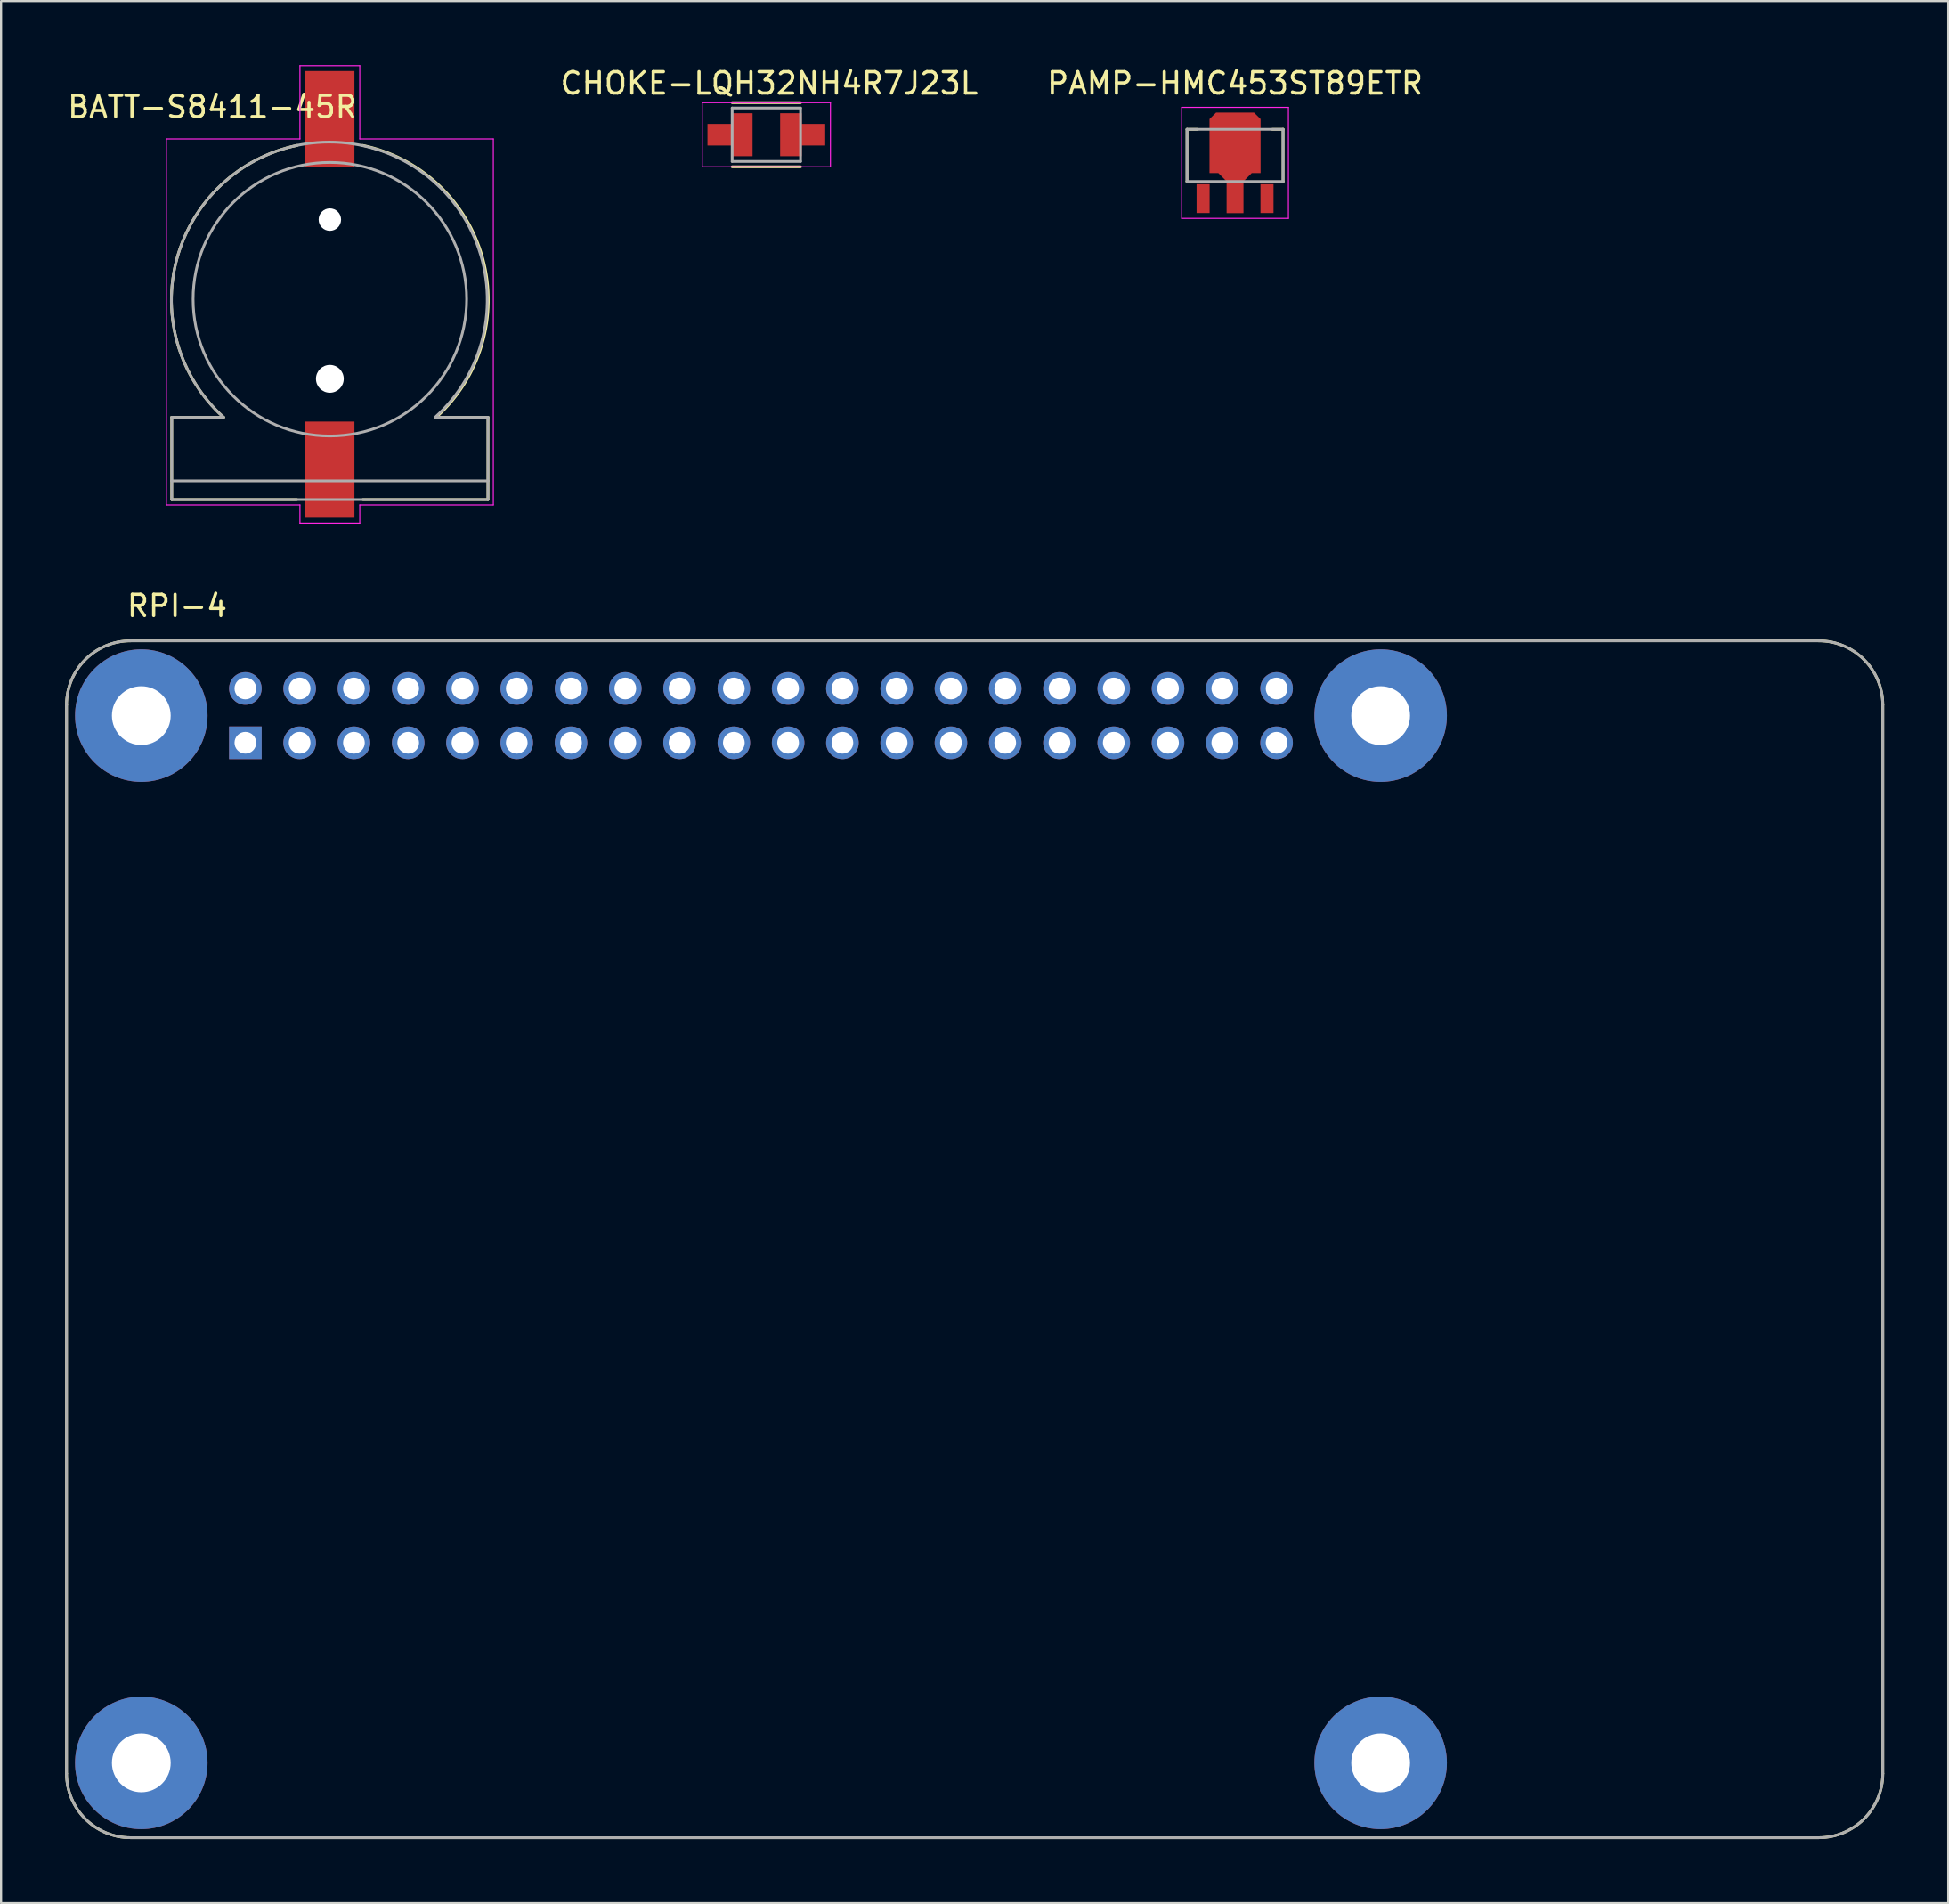
<source format=kicad_pcb>
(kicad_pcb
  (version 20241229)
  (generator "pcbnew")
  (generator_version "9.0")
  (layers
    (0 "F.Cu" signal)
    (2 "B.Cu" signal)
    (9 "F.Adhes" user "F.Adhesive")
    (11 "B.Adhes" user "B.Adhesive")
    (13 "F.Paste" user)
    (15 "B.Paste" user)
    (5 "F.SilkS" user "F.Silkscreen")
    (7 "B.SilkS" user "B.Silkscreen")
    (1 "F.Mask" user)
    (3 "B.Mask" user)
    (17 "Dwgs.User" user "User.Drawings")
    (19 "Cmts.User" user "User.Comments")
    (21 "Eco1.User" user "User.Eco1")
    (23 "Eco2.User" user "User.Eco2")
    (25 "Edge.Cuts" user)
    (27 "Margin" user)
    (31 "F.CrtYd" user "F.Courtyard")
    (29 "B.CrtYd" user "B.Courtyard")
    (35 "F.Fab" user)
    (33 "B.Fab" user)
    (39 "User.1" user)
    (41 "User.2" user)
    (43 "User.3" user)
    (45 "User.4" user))
  (footprint "PAMP-HMC453ST89ETR"
    (layer "F.Cu")
    (at 54.746 4.348)
    (property "Reference" "PAMP-HMC453ST89ETR" (at 0 -3.5 0) (layer "F.SilkS") (effects (font (size 1 1) (thickness 0.15))))
    (attr smd)
    (fp_poly (pts (xy -1.288 -1.866) (xy -1.288 0.794) (xy -0.819 0.794) (xy -0.487 1.127) (xy -0.487 2.669) (xy 0.492 2.669) (xy 0.492 1.127) (xy 0.824 0.794) (xy 1.292 0.794) (xy 1.292 -1.866) (xy 0.93 -2.226) (xy -0.925 -2.226)) (stroke (width 0.01) (type solid)) (fill yes) (layer "F.Mask"))
    (fp_line (start -2.245 -1.346) (end -2.245 1.094) (stroke (width 0.127) (type solid)) (layer "F.SilkS"))
    (fp_line (start -2.245 -1.346) (end -1.75 -1.346) (stroke (width 0.127) (type solid)) (layer "F.SilkS"))
    (fp_line (start -2.245 1.094) (end -2.245 1.094) (stroke (width 0.127) (type solid)) (layer "F.SilkS"))
    (fp_line (start 2.25 -1.346) (end 1.75 -1.346) (stroke (width 0.127) (type solid)) (layer "F.SilkS"))
    (fp_line (start 2.25 1.094) (end 2.25 -1.346) (stroke (width 0.127) (type solid)) (layer "F.SilkS"))
    (fp_line (start 2.25 1.094) (end 2.25 1.094) (stroke (width 0.127) (type solid)) (layer "F.SilkS"))
    (fp_poly (pts (xy -0.933 0) (xy -0.933 -1.432) (xy 0.939 -1.432) (xy 0.939 0)) (stroke (width 0.01) (type solid)) (fill yes) (layer "F.Paste"))
    (fp_line (start -2.495 -2.376) (end -2.495 2.819) (stroke (width 0.05) (type solid)) (layer "F.CrtYd"))
    (fp_line (start -2.495 2.819) (end 2.5 2.819) (stroke (width 0.05) (type solid)) (layer "F.CrtYd"))
    (fp_line (start 2.5 -2.376) (end -2.495 -2.376) (stroke (width 0.05) (type solid)) (layer "F.CrtYd"))
    (fp_line (start 2.5 2.819) (end 2.5 -2.376) (stroke (width 0.05) (type solid)) (layer "F.CrtYd"))
    (fp_line (start -2.245 -1.346) (end -2.245 1.094) (stroke (width 0.127) (type solid)) (layer "F.Fab"))
    (fp_line (start -2.245 -1.346) (end 2.25 -1.346) (stroke (width 0.127) (type solid)) (layer "F.Fab"))
    (fp_line (start -2.245 1.094) (end 2.25 1.094) (stroke (width 0.127) (type solid)) (layer "F.Fab"))
    (fp_line (start 2.25 1.094) (end 2.25 -1.346) (stroke (width 0.127) (type solid)) (layer "F.Fab"))
    (pad "1" smd rect (at -1.492 1.894 90) (size 1.35 0.61) (layers "F.Cu" "F.Mask" "F.Paste"))
    (pad "2" smd custom (at 0.003 1.894 90) (size 1.35 0.78) (layers "F.Cu" "F.Paste") (options (anchor rect)) (primitives (gr_poly (pts (xy 3.719 -1.19) (xy 1.2 -1.19) (xy 1.2 -0.78) (xy 0.808 -0.39) (xy -0.675 -0.39) (xy -0.675 0.39) (xy 0.808 0.39) (xy 1.2 0.78) (xy 1.2 1.19) (xy 3.719 1.19) (xy 4.02 0.886) (xy 4.02 -0.886)) (width 0.01) (fill yes))))
    (pad "3" smd rect (at 1.498 1.894 90) (size 1.35 0.61) (layers "F.Cu" "F.Mask" "F.Paste")))
  (footprint "BATT-S8411-45R"
    (layer "F.Cu")
    (at 12.387 10.95)
    (property "Reference" "BATT-S8411-45R" (at -5.5 -9 0) (layer "F.SilkS") (effects (font (size 1 1) (thickness 0.15))))
    (attr smd)
    (fp_line (start -7.4 5.525) (end -4.975 5.525) (stroke (width 0.127) (type solid)) (layer "F.SilkS"))
    (fp_line (start -7.4 9.375) (end -7.4 5.525) (stroke (width 0.127) (type solid)) (layer "F.SilkS"))
    (fp_line (start -7.4 9.375) (end -1.55 9.375) (stroke (width 0.127) (type solid)) (layer "F.SilkS"))
    (fp_line (start 4.925 5.525) (end 7.4 5.525) (stroke (width 0.127) (type solid)) (layer "F.SilkS"))
    (fp_line (start 7.4 5.525) (end 7.4 9.375) (stroke (width 0.127) (type solid)) (layer "F.SilkS"))
    (fp_line (start 7.4 9.375) (end 1.55 9.375) (stroke (width 0.127) (type solid)) (layer "F.SilkS"))
    (fp_arc (start -4.975 5.525) (mid -7.158498 -1.897172) (end -1.524999 -7.200001) (stroke (width 0.127) (type solid)) (layer "F.SilkS"))
    (fp_arc (start 1.524999 -7.200001) (mid 7.158498 -1.897172) (end 4.975 5.525) (stroke (width 0.127) (type solid)) (layer "F.SilkS"))
    (fp_line (start -7.65 -7.5) (end -1.4 -7.5) (stroke (width 0.05) (type solid)) (layer "F.CrtYd"))
    (fp_line (start -7.65 9.625) (end -7.65 -7.5) (stroke (width 0.05) (type solid)) (layer "F.CrtYd"))
    (fp_line (start -1.4 -10.925) (end 1.4 -10.925) (stroke (width 0.05) (type solid)) (layer "F.CrtYd"))
    (fp_line (start -1.4 -7.5) (end -1.4 -10.925) (stroke (width 0.05) (type solid)) (layer "F.CrtYd"))
    (fp_line (start -1.4 9.625) (end -7.65 9.625) (stroke (width 0.05) (type solid)) (layer "F.CrtYd"))
    (fp_line (start -1.4 10.475) (end -1.4 9.625) (stroke (width 0.05) (type solid)) (layer "F.CrtYd"))
    (fp_line (start 1.4 -10.925) (end 1.4 -7.5) (stroke (width 0.05) (type solid)) (layer "F.CrtYd"))
    (fp_line (start 1.4 -7.5) (end 7.65 -7.5) (stroke (width 0.05) (type solid)) (layer "F.CrtYd"))
    (fp_line (start 1.4 9.625) (end 1.4 10.475) (stroke (width 0.05) (type solid)) (layer "F.CrtYd"))
    (fp_line (start 1.4 10.475) (end -1.4 10.475) (stroke (width 0.05) (type solid)) (layer "F.CrtYd"))
    (fp_line (start 7.65 -7.5) (end 7.65 9.625) (stroke (width 0.05) (type solid)) (layer "F.CrtYd"))
    (fp_line (start 7.65 9.625) (end 1.4 9.625) (stroke (width 0.05) (type solid)) (layer "F.CrtYd"))
    (fp_line (start -7.4 5.525) (end -4.975 5.525) (stroke (width 0.127) (type solid)) (layer "F.Fab"))
    (fp_line (start -7.4 8.5) (end -7.4 5.525) (stroke (width 0.127) (type solid)) (layer "F.Fab"))
    (fp_line (start -7.4 9.375) (end -7.4 8.5) (stroke (width 0.127) (type solid)) (layer "F.Fab"))
    (fp_line (start 4.925 5.525) (end 7.4 5.525) (stroke (width 0.127) (type solid)) (layer "F.Fab"))
    (fp_line (start 7.4 5.525) (end 7.4 8.5) (stroke (width 0.127) (type solid)) (layer "F.Fab"))
    (fp_line (start 7.4 8.5) (end -7.4 8.5) (stroke (width 0.127) (type solid)) (layer "F.Fab"))
    (fp_line (start 7.4 8.5) (end 7.4 9.375) (stroke (width 0.127) (type solid)) (layer "F.Fab"))
    (fp_line (start 7.4 9.375) (end -7.4 9.375) (stroke (width 0.127) (type solid)) (layer "F.Fab"))
    (fp_arc (start -4.975 5.525) (mid -0.025 -7.352721) (end 4.925 5.525) (stroke (width 0.127) (type solid)) (layer "F.Fab"))
    (fp_circle (center 0 0) (end 6.4 0) (stroke (width 0.127) (type solid)) (fill no) (layer "F.Fab"))
    (pad "" np_thru_hole circle (at 0 -3.725) (size 1.05 1.05) (drill 1.05) (layers "*.Cu" "*.Mask"))
    (pad "" np_thru_hole circle (at 0 3.725) (size 1.3 1.3) (drill 1.3) (layers "*.Cu" "*.Mask"))
    (pad "N" smd rect (at 0 -8.425 90) (size 4.5 2.3) (layers "F.Cu" "F.Mask" "F.Paste"))
    (pad "P" smd rect (at 0 7.975 90) (size 4.5 2.3) (layers "F.Cu" "F.Mask" "F.Paste")))
  (footprint "CHOKE-LQH32NH4R7J23L"
    (layer "F.Cu")
    (at 32.814 3.253)
    (property "Reference" "CHOKE-LQH32NH4R7J23L" (at 0.135 -2.405 0) (layer "F.SilkS") (effects (font (size 1 1) (thickness 0.15))))
    (attr through_hole)
    (fp_poly (pts (xy -2.85 -0.6) (xy -1.75 -0.6) (xy -1.75 -1.1) (xy -0.55 -1.1) (xy -0.55 1.1) (xy -1.75 1.1) (xy -1.75 0.6) (xy -2.85 0.6)) (stroke (width 0.01) (type solid)) (fill yes) (layer "F.Mask"))
    (fp_poly (pts (xy 0.55 -1.1) (xy 1.75 -1.1) (xy 1.75 -0.6) (xy 2.85 -0.6) (xy 2.85 0.6) (xy 1.75 0.6) (xy 1.75 1.1) (xy 0.55 1.1)) (stroke (width 0.01) (type solid)) (fill yes) (layer "F.Mask"))
    (fp_line (start -1.6 -1.5) (end 1.6 -1.5) (stroke (width 0.127) (type solid)) (layer "F.SilkS"))
    (fp_line (start 1.6 1.5) (end -1.6 1.5) (stroke (width 0.127) (type solid)) (layer "F.SilkS"))
    (fp_poly (pts (xy -1.65 -1) (xy -0.65 -1) (xy -0.65 1) (xy -1.65 1) (xy -1.65 0.5) (xy -2.75 0.5) (xy -2.75 -0.5) (xy -1.65 -0.5)) (stroke (width 0.01) (type solid)) (fill yes) (layer "F.Paste"))
    (fp_poly (pts (xy 1.65 1) (xy 0.65 1) (xy 0.65 -1) (xy 1.65 -1) (xy 1.65 -0.5) (xy 2.75 -0.5) (xy 2.75 0.5) (xy 1.65 0.5)) (stroke (width 0.01) (type solid)) (fill yes) (layer "F.Paste"))
    (fp_line (start -3 -1.5) (end 3 -1.5) (stroke (width 0.05) (type solid)) (layer "F.CrtYd"))
    (fp_line (start -3 1.5) (end -3 -1.5) (stroke (width 0.05) (type solid)) (layer "F.CrtYd"))
    (fp_line (start 3 -1.5) (end 3 1.5) (stroke (width 0.05) (type solid)) (layer "F.CrtYd"))
    (fp_line (start 3 1.5) (end -3 1.5) (stroke (width 0.05) (type solid)) (layer "F.CrtYd"))
    (fp_line (start -1.6 -1.25) (end 1.6 -1.25) (stroke (width 0.127) (type solid)) (layer "F.Fab"))
    (fp_line (start -1.6 1.25) (end -1.6 -1.25) (stroke (width 0.127) (type solid)) (layer "F.Fab"))
    (fp_line (start 1.6 -1.25) (end 1.6 1.25) (stroke (width 0.127) (type solid)) (layer "F.Fab"))
    (fp_line (start 1.6 1.25) (end -1.6 1.25) (stroke (width 0.127) (type solid)) (layer "F.Fab"))
    (pad "1" smd custom (at -1.15 0) (size 1 2) (layers "F.Cu") (options (anchor rect)) (primitives (gr_poly (pts (xy -0.5 -1) (xy 0.5 -1) (xy 0.5 1) (xy -0.5 1) (xy -0.5 0.5) (xy -1.6 0.5) (xy -1.6 -0.5) (xy -0.5 -0.5)) (width 0.01) (fill yes))))
    (pad "2" smd custom (at 1.15 0) (size 1 2) (layers "F.Cu") (options (anchor rect)) (primitives (gr_poly (pts (xy 0.5 1) (xy -0.5 1) (xy -0.5 -1) (xy 0.5 -1) (xy 0.5 -0.5) (xy 1.6 -0.5) (xy 1.6 0.5) (xy 0.5 0.5)) (width 0.01) (fill yes)))))
  (footprint "RPI-4"
    (layer "F.Cu")
    (at 42.563 54.933)
    (property "Reference" "RPI-4" (at -37.325 -29.635 0) (layer "F.SilkS") (effects (font (size 1 1) (thickness 0.15))))
    (attr through_hole)
    (fp_line (start -42.5 -25) (end -42.5 25) (stroke (width 0.127) (type solid)) (layer "F.SilkS"))
    (fp_line (start -39.5 28) (end 39.5 28) (stroke (width 0.127) (type solid)) (layer "F.SilkS"))
    (fp_line (start 39.5 -28) (end -39.5 -28) (stroke (width 0.127) (type solid)) (layer "F.SilkS"))
    (fp_line (start 42.5 25) (end 42.5 -25) (stroke (width 0.127) (type solid)) (layer "F.SilkS"))
    (fp_arc (start -42.5 -25) (mid -41.62132 -27.12132) (end -39.5 -28) (stroke (width 0.127) (type solid)) (layer "F.SilkS"))
    (fp_arc (start -39.5 28) (mid -41.62132 27.12132) (end -42.5 25) (stroke (width 0.127) (type solid)) (layer "F.SilkS"))
    (fp_arc (start 39.5 -28) (mid 41.62132 -27.12132) (end 42.5 -25) (stroke (width 0.127) (type solid)) (layer "F.SilkS"))
    (fp_arc (start 42.5 25) (mid 41.62132 27.12132) (end 39.5 28) (stroke (width 0.127) (type solid)) (layer "F.SilkS"))
    (fp_line (start -42.5 -25) (end -42.5 25) (stroke (width 0.127) (type solid)) (layer "F.Fab"))
    (fp_line (start -39.5 28) (end 39.5 28) (stroke (width 0.127) (type solid)) (layer "F.Fab"))
    (fp_line (start 39.5 -28) (end -39.5 -28) (stroke (width 0.127) (type solid)) (layer "F.Fab"))
    (fp_line (start 42.5 25) (end 42.5 -25) (stroke (width 0.127) (type solid)) (layer "F.Fab"))
    (fp_arc (start -42.5 -25) (mid -41.62132 -27.12132) (end -39.5 -28) (stroke (width 0.127) (type solid)) (layer "F.Fab"))
    (fp_arc (start -39.5 28) (mid -41.62132 27.12132) (end -42.5 25) (stroke (width 0.127) (type solid)) (layer "F.Fab"))
    (fp_arc (start 39.5 -28) (mid 41.62132 -27.12132) (end 42.5 -25) (stroke (width 0.127) (type solid)) (layer "F.Fab"))
    (fp_arc (start 42.5 25) (mid 41.62132 27.12132) (end 39.5 28) (stroke (width 0.127) (type solid)) (layer "F.Fab"))
    (pad "1" thru_hole rect (at -34.13 -23.23) (size 1.524 1.524) (drill 1.016) (layers "*.Cu" "*.Mask"))
    (pad "2" thru_hole circle (at -34.13 -25.77) (size 1.524 1.524) (drill 1.016) (layers "*.Cu" "*.Mask"))
    (pad "3" thru_hole circle (at -31.59 -23.23) (size 1.524 1.524) (drill 1.016) (layers "*.Cu" "*.Mask"))
    (pad "4" thru_hole circle (at -31.59 -25.77) (size 1.524 1.524) (drill 1.016) (layers "*.Cu" "*.Mask"))
    (pad "5" thru_hole circle (at -29.05 -23.23) (size 1.524 1.524) (drill 1.016) (layers "*.Cu" "*.Mask"))
    (pad "6" thru_hole circle (at -29.05 -25.77) (size 1.524 1.524) (drill 1.016) (layers "*.Cu" "*.Mask"))
    (pad "7" thru_hole circle (at -26.51 -23.23) (size 1.524 1.524) (drill 1.016) (layers "*.Cu" "*.Mask"))
    (pad "8" thru_hole circle (at -26.51 -25.77) (size 1.524 1.524) (drill 1.016) (layers "*.Cu" "*.Mask"))
    (pad "9" thru_hole circle (at -23.97 -23.23) (size 1.524 1.524) (drill 1.016) (layers "*.Cu" "*.Mask"))
    (pad "10" thru_hole circle (at -23.97 -25.77) (size 1.524 1.524) (drill 1.016) (layers "*.Cu" "*.Mask"))
    (pad "11" thru_hole circle (at -21.43 -23.23) (size 1.524 1.524) (drill 1.016) (layers "*.Cu" "*.Mask"))
    (pad "12" thru_hole circle (at -21.43 -25.77) (size 1.524 1.524) (drill 1.016) (layers "*.Cu" "*.Mask"))
    (pad "13" thru_hole circle (at -18.89 -23.23) (size 1.524 1.524) (drill 1.016) (layers "*.Cu" "*.Mask"))
    (pad "14" thru_hole circle (at -18.89 -25.77) (size 1.524 1.524) (drill 1.016) (layers "*.Cu" "*.Mask"))
    (pad "15" thru_hole circle (at -16.35 -23.23) (size 1.524 1.524) (drill 1.016) (layers "*.Cu" "*.Mask"))
    (pad "16" thru_hole circle (at -16.35 -25.77) (size 1.524 1.524) (drill 1.016) (layers "*.Cu" "*.Mask"))
    (pad "17" thru_hole circle (at -13.81 -23.23) (size 1.524 1.524) (drill 1.016) (layers "*.Cu" "*.Mask"))
    (pad "18" thru_hole circle (at -13.81 -25.77) (size 1.524 1.524) (drill 1.016) (layers "*.Cu" "*.Mask"))
    (pad "19" thru_hole circle (at -11.27 -23.23) (size 1.524 1.524) (drill 1.016) (layers "*.Cu" "*.Mask"))
    (pad "20" thru_hole circle (at -11.27 -25.77) (size 1.524 1.524) (drill 1.016) (layers "*.Cu" "*.Mask"))
    (pad "21" thru_hole circle (at -8.73 -23.23) (size 1.524 1.524) (drill 1.016) (layers "*.Cu" "*.Mask"))
    (pad "22" thru_hole circle (at -8.73 -25.77) (size 1.524 1.524) (drill 1.016) (layers "*.Cu" "*.Mask"))
    (pad "23" thru_hole circle (at -6.19 -23.23) (size 1.524 1.524) (drill 1.016) (layers "*.Cu" "*.Mask"))
    (pad "24" thru_hole circle (at -6.19 -25.77) (size 1.524 1.524) (drill 1.016) (layers "*.Cu" "*.Mask"))
    (pad "25" thru_hole circle (at -3.65 -23.23) (size 1.524 1.524) (drill 1.016) (layers "*.Cu" "*.Mask"))
    (pad "26" thru_hole circle (at -3.65 -25.77) (size 1.524 1.524) (drill 1.016) (layers "*.Cu" "*.Mask"))
    (pad "27" thru_hole circle (at -1.11 -23.23) (size 1.524 1.524) (drill 1.016) (layers "*.Cu" "*.Mask"))
    (pad "28" thru_hole circle (at -1.11 -25.77) (size 1.524 1.524) (drill 1.016) (layers "*.Cu" "*.Mask"))
    (pad "29" thru_hole circle (at 1.43 -23.23) (size 1.524 1.524) (drill 1.016) (layers "*.Cu" "*.Mask"))
    (pad "30" thru_hole circle (at 1.43 -25.77) (size 1.524 1.524) (drill 1.016) (layers "*.Cu" "*.Mask"))
    (pad "31" thru_hole circle (at 3.97 -23.23) (size 1.524 1.524) (drill 1.016) (layers "*.Cu" "*.Mask"))
    (pad "32" thru_hole circle (at 3.97 -25.77) (size 1.524 1.524) (drill 1.016) (layers "*.Cu" "*.Mask"))
    (pad "33" thru_hole circle (at 6.51 -23.23) (size 1.524 1.524) (drill 1.016) (layers "*.Cu" "*.Mask"))
    (pad "34" thru_hole circle (at 6.51 -25.77) (size 1.524 1.524) (drill 1.016) (layers "*.Cu" "*.Mask"))
    (pad "35" thru_hole circle (at 9.05 -23.23) (size 1.524 1.524) (drill 1.016) (layers "*.Cu" "*.Mask"))
    (pad "36" thru_hole circle (at 9.05 -25.77) (size 1.524 1.524) (drill 1.016) (layers "*.Cu" "*.Mask"))
    (pad "37" thru_hole circle (at 11.59 -23.23) (size 1.524 1.524) (drill 1.016) (layers "*.Cu" "*.Mask"))
    (pad "38" thru_hole circle (at 11.59 -25.77) (size 1.524 1.524) (drill 1.016) (layers "*.Cu" "*.Mask"))
    (pad "39" thru_hole circle (at 14.13 -23.23) (size 1.524 1.524) (drill 1.016) (layers "*.Cu" "*.Mask"))
    (pad "40" thru_hole circle (at 14.13 -25.77) (size 1.524 1.524) (drill 1.016) (layers "*.Cu" "*.Mask"))
    (pad "S1" thru_hole circle (at -39 -24.5) (size 6.2 6.2) (drill 2.75) (layers "*.Cu" "*.Mask"))
    (pad "S2" thru_hole circle (at 19 -24.5) (size 6.2 6.2) (drill 2.75) (layers "*.Cu" "*.Mask"))
    (pad "S3" thru_hole circle (at 19 24.5) (size 6.2 6.2) (drill 2.75) (layers "*.Cu" "*.Mask"))
    (pad "S4" thru_hole circle (at -39 24.5) (size 6.2 6.2) (drill 2.75) (layers "*.Cu" "*.Mask")))
  (gr_rect
    (start -3 -3)
    (end 88.127 85.997)
    (stroke (width 0.1) (type default))
    (fill no)
    (layer "Edge.Cuts")))
</source>
